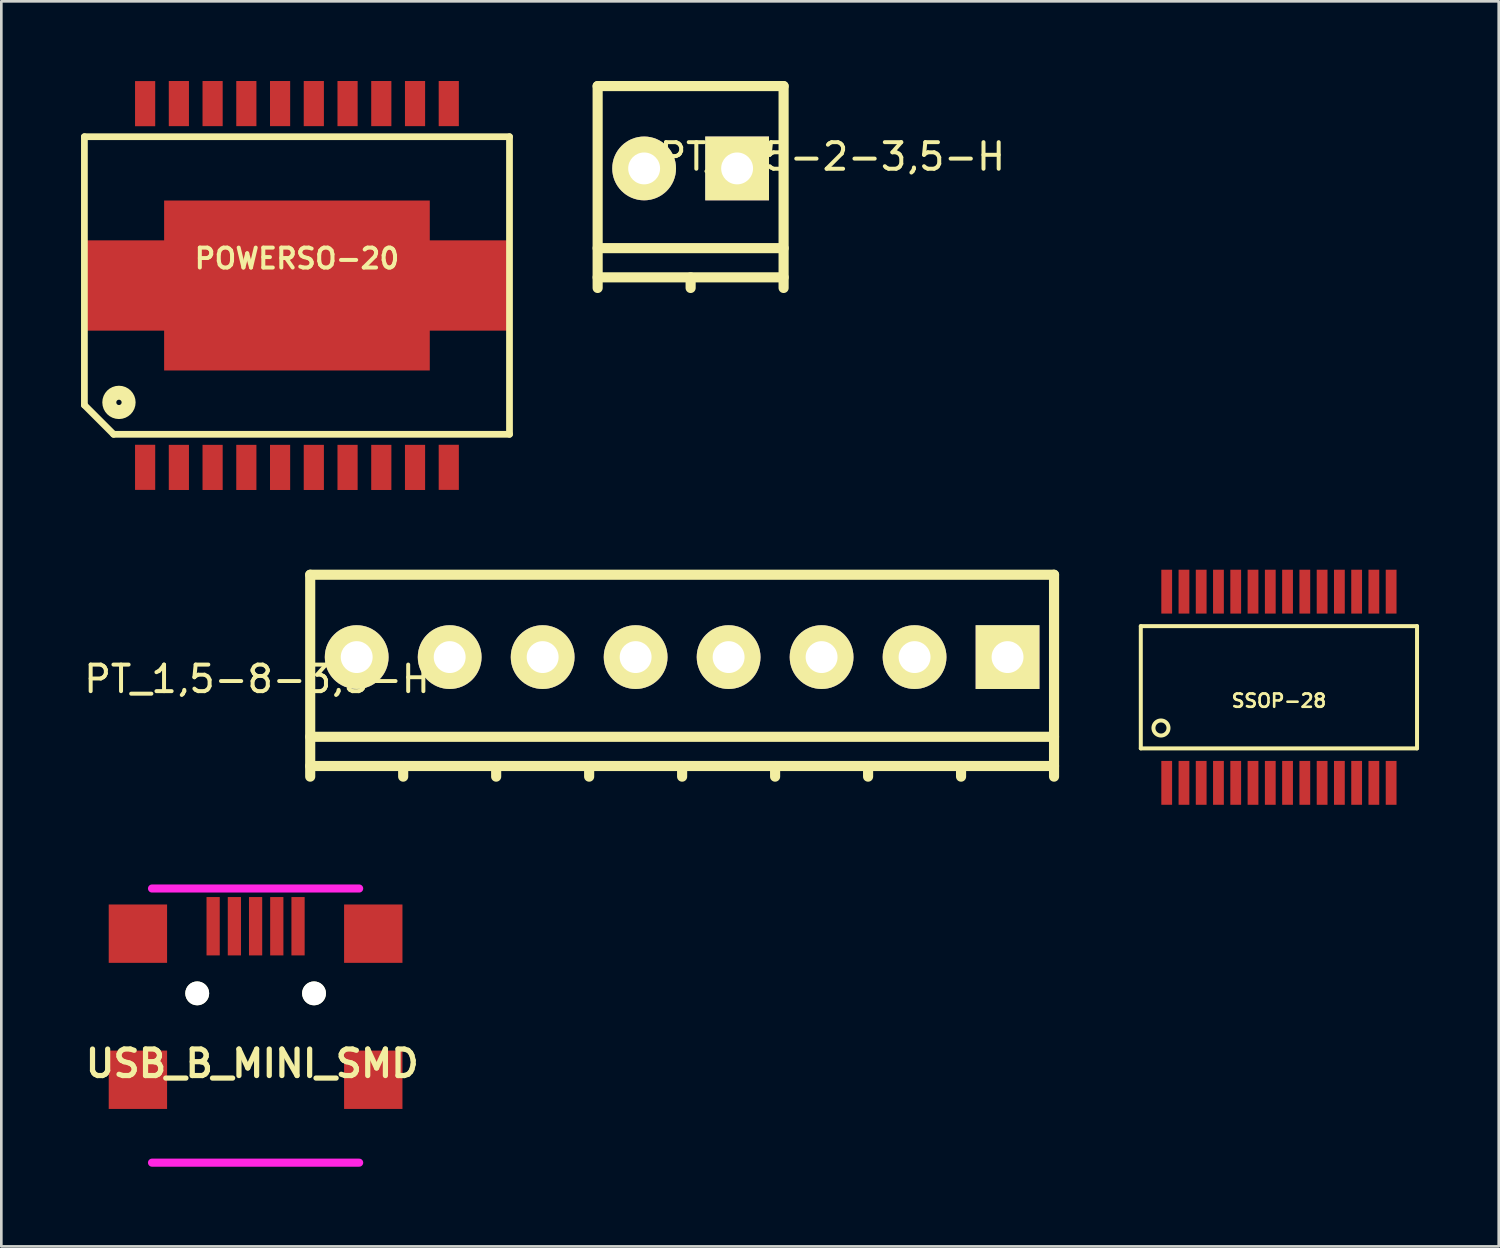
<source format=kicad_pcb>
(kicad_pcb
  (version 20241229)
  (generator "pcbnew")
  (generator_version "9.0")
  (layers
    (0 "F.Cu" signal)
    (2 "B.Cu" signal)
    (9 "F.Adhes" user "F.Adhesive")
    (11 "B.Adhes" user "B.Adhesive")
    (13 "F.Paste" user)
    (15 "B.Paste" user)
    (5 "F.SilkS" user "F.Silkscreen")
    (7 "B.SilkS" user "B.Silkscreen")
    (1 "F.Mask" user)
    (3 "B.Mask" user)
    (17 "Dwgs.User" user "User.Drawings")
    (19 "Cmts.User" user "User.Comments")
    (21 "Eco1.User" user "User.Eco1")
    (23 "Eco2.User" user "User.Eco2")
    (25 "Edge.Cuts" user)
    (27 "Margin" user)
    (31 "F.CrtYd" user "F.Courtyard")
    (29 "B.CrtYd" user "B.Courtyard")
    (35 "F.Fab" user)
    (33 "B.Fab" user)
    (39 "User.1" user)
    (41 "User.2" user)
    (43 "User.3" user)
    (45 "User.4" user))
  (footprint "PT_1,5-2-3,5-H"
    (layer "F.Cu")
    (at 22.947 3.99)
    (property "Reference" "PT_1,5-2-3,5-H" (at 5.334 -1.143 0) (layer "F.SilkS") (effects (font (size 1 1) (thickness 0.15))))
    (attr through_hole)
    (fp_line (start -3.5 -3.8) (end -3.5 3.8) (stroke (width 0.381) (type solid)) (layer "F.SilkS"))
    (fp_line (start -3.5 2.3) (end 3.5 2.3) (stroke (width 0.381) (type solid)) (layer "F.SilkS"))
    (fp_line (start -3.5 3.4) (end 3.5 3.4) (stroke (width 0.381) (type solid)) (layer "F.SilkS"))
    (fp_line (start 0 3.4) (end 0 3.8) (stroke (width 0.381) (type solid)) (layer "F.SilkS"))
    (fp_line (start 3.5 -3.8) (end -3.5 -3.8) (stroke (width 0.381) (type solid)) (layer "F.SilkS"))
    (fp_line (start 3.5 3.8) (end 3.5 -3.8) (stroke (width 0.381) (type solid)) (layer "F.SilkS"))
    (pad "1" thru_hole rect (at 1.75 -0.7) (size 2.4 2.4) (drill 1.2) (layers "*.Cu" "*.Mask" "F.SilkS"))
    (pad "2" thru_hole circle (at -1.75 -0.7) (size 2.4 2.4) (drill 1.2) (layers "*.Cu" "*.Mask" "F.SilkS")))
  (footprint "USB_B_MINI_SMD"
    (layer "F.Cu")
    (at 6.571 35.715)
    (property "Reference" "USB_B_MINI_SMD" (at -0.127 1.27 0) (layer "F.SilkS") (effects (font (size 0.998 0.998) (thickness 0.196))))
    (attr through_hole)
    (fp_line (start -3.899 5.001) (end 3.899 5.001) (stroke (width 0.305) (type solid)) (layer "F.CrtYd"))
    (fp_line (start 3.899 -5.319) (end -3.899 -5.319) (stroke (width 0.305) (type solid)) (layer "F.CrtYd"))
    (pad "" np_thru_hole circle (at -2.197 -1.372) (size 0.899 0.899) (drill 0.899) (layers "*.Cu" "*.Mask" "F.SilkS"))
    (pad "" np_thru_hole circle (at 2.2 -1.372) (size 0.899 0.899) (drill 0.899) (layers "*.Cu" "*.Mask" "F.SilkS"))
    (pad "1" smd rect (at -1.598 -3.899) (size 0.498 2.197) (layers "F.Cu" "F.Mask" "F.Paste"))
    (pad "2" smd rect (at -0.798 -3.899) (size 0.498 2.197) (layers "F.Cu" "F.Mask" "F.Paste"))
    (pad "3" smd rect (at 0 -3.899) (size 0.498 2.197) (layers "F.Cu" "F.Mask" "F.Paste"))
    (pad "4" smd rect (at 0.798 -3.899) (size 0.498 2.197) (layers "F.Cu" "F.Mask" "F.Paste"))
    (pad "5" smd rect (at 1.598 -3.899) (size 0.498 2.197) (layers "F.Cu" "F.Mask" "F.Paste"))
    (pad "6" smd rect (at -4.43 -3.619) (size 2.197 2.197) (layers "F.Cu" "F.Mask" "F.Paste"))
    (pad "7" smd rect (at -4.43 1.88) (size 2.197 2.197) (layers "F.Cu" "F.Mask" "F.Paste"))
    (pad "8" smd rect (at 4.43 1.88) (size 2.197 2.197) (layers "F.Cu" "F.Mask" "F.Paste"))
    (pad "9" smd rect (at 4.43 -3.619) (size 2.197 2.197) (layers "F.Cu" "F.Mask" "F.Paste")))
  (footprint "PT_1,5-8-3,5-H"
    (layer "F.Cu")
    (at 22.627 22.385)
    (property "Reference" "PT_1,5-8-3,5-H" (at -16.002 0.127 0) (layer "F.SilkS") (effects (font (size 1 1) (thickness 0.15))))
    (attr through_hole)
    (fp_line (start -14 -3.8) (end -14 3.8) (stroke (width 0.381) (type solid)) (layer "F.SilkS"))
    (fp_line (start -14 2.3) (end 14 2.3) (stroke (width 0.381) (type solid)) (layer "F.SilkS"))
    (fp_line (start -14 3.4) (end 14 3.4) (stroke (width 0.381) (type solid)) (layer "F.SilkS"))
    (fp_line (start -10.5 3.4) (end -10.5 3.8) (stroke (width 0.381) (type solid)) (layer "F.SilkS"))
    (fp_line (start -7 3.4) (end -7 3.8) (stroke (width 0.381) (type solid)) (layer "F.SilkS"))
    (fp_line (start -3.5 3.4) (end -3.5 3.8) (stroke (width 0.381) (type solid)) (layer "F.SilkS"))
    (fp_line (start 0 3.4) (end 0 3.8) (stroke (width 0.381) (type solid)) (layer "F.SilkS"))
    (fp_line (start 3.5 3.4) (end 3.5 3.8) (stroke (width 0.381) (type solid)) (layer "F.SilkS"))
    (fp_line (start 7 3.4) (end 7 3.8) (stroke (width 0.381) (type solid)) (layer "F.SilkS"))
    (fp_line (start 10.5 3.4) (end 10.5 3.8) (stroke (width 0.381) (type solid)) (layer "F.SilkS"))
    (fp_line (start 14 -3.8) (end -14 -3.8) (stroke (width 0.381) (type solid)) (layer "F.SilkS"))
    (fp_line (start 14 3.8) (end 14 -3.8) (stroke (width 0.381) (type solid)) (layer "F.SilkS"))
    (pad "1" thru_hole rect (at 12.25 -0.7) (size 2.4 2.4) (drill 1.2) (layers "*.Cu" "*.Mask" "F.SilkS"))
    (pad "2" thru_hole circle (at 8.75 -0.7) (size 2.4 2.4) (drill 1.2) (layers "*.Cu" "*.Mask" "F.SilkS"))
    (pad "3" thru_hole circle (at 5.25 -0.7) (size 2.4 2.4) (drill 1.2) (layers "*.Cu" "*.Mask" "F.SilkS"))
    (pad "4" thru_hole circle (at 1.75 -0.7) (size 2.4 2.4) (drill 1.2) (layers "*.Cu" "*.Mask" "F.SilkS"))
    (pad "5" thru_hole circle (at -1.75 -0.7) (size 2.4 2.4) (drill 1.2) (layers "*.Cu" "*.Mask" "F.SilkS"))
    (pad "6" thru_hole circle (at -5.25 -0.7) (size 2.4 2.4) (drill 1.2) (layers "*.Cu" "*.Mask" "F.SilkS"))
    (pad "7" thru_hole circle (at -8.75 -0.7) (size 2.4 2.4) (drill 1.2) (layers "*.Cu" "*.Mask" "F.SilkS"))
    (pad "8" thru_hole circle (at -12.25 -0.7) (size 2.4 2.4) (drill 1.2) (layers "*.Cu" "*.Mask" "F.SilkS")))
  (footprint "POWERSO-20"
    (layer "F.Cu")
    (at 8.128 7.697)
    (property "Reference" "POWERSO-20" (at 0 -1.016 0) (layer "F.SilkS") (effects (font (size 0.749 0.749) (thickness 0.15))))
    (attr through_hole)
    (fp_line (start -8.001 -5.601) (end 8.001 -5.601) (stroke (width 0.254) (type solid)) (layer "F.SilkS"))
    (fp_line (start -8.001 4.501) (end -8.001 -5.601) (stroke (width 0.254) (type solid)) (layer "F.SilkS"))
    (fp_line (start -6.901 5.601) (end -8.001 4.501) (stroke (width 0.254) (type solid)) (layer "F.SilkS"))
    (fp_line (start -6.901 5.601) (end 8.001 5.601) (stroke (width 0.254) (type solid)) (layer "F.SilkS"))
    (fp_line (start 8.001 -5.601) (end 8.001 5.601) (stroke (width 0.254) (type solid)) (layer "F.SilkS"))
    (fp_circle (center -6.7 4.4) (end -7.2 4.4) (stroke (width 0.254) (type solid)) (fill no) (layer "F.SilkS"))
    (fp_circle (center -6.7 4.4) (end -7 4.4) (stroke (width 0.254) (type solid)) (fill no) (layer "F.SilkS"))
    (fp_circle (center -6.7 4.4) (end -6.8 4.4) (stroke (width 0.254) (type solid)) (fill no) (layer "F.SilkS"))
    (pad "1" smd rect (at -5.715 6.845) (size 0.759 1.699) (layers "F.Cu" "F.Mask" "F.Paste"))
    (pad "2" smd rect (at -4.445 6.848) (size 0.759 1.699) (layers "F.Cu" "F.Mask" "F.Paste"))
    (pad "3" smd rect (at -3.175 6.848) (size 0.759 1.699) (layers "F.Cu" "F.Mask" "F.Paste"))
    (pad "4" smd rect (at -1.905 6.848) (size 0.759 1.699) (layers "F.Cu" "F.Mask" "F.Paste"))
    (pad "5" smd rect (at -0.635 6.848) (size 0.759 1.699) (layers "F.Cu" "F.Mask" "F.Paste"))
    (pad "6" smd rect (at 0.635 6.848) (size 0.759 1.699) (layers "F.Cu" "F.Mask" "F.Paste"))
    (pad "7" smd rect (at 1.905 6.848) (size 0.759 1.699) (layers "F.Cu" "F.Mask" "F.Paste"))
    (pad "8" smd rect (at 3.175 6.848) (size 0.759 1.699) (layers "F.Cu" "F.Mask" "F.Paste"))
    (pad "9" smd rect (at 4.445 6.848) (size 0.759 1.699) (layers "F.Cu" "F.Mask" "F.Paste"))
    (pad "10" smd rect (at 5.715 6.845) (size 0.759 1.699) (layers "F.Cu" "F.Mask" "F.Paste"))
    (pad "11" smd rect (at 5.715 -6.848) (size 0.759 1.699) (layers "F.Cu" "F.Mask" "F.Paste"))
    (pad "12" smd rect (at 4.445 -6.848) (size 0.759 1.699) (layers "F.Cu" "F.Mask" "F.Paste"))
    (pad "13" smd rect (at 3.175 -6.848) (size 0.759 1.699) (layers "F.Cu" "F.Mask" "F.Paste"))
    (pad "14" smd rect (at 1.905 -6.848) (size 0.759 1.699) (layers "F.Cu" "F.Mask" "F.Paste"))
    (pad "15" smd rect (at 0.635 -6.848) (size 0.759 1.699) (layers "F.Cu" "F.Mask" "F.Paste"))
    (pad "16" smd rect (at -0.635 -6.848) (size 0.759 1.699) (layers "F.Cu" "F.Mask" "F.Paste"))
    (pad "17" smd rect (at -1.905 -6.848) (size 0.759 1.699) (layers "F.Cu" "F.Mask" "F.Paste"))
    (pad "18" smd rect (at -3.175 -6.848) (size 0.759 1.699) (layers "F.Cu" "F.Mask" "F.Paste"))
    (pad "19" smd rect (at -4.445 -6.848) (size 0.759 1.699) (layers "F.Cu" "F.Mask" "F.Paste"))
    (pad "20" smd rect (at -5.715 -6.845) (size 0.759 1.699) (layers "F.Cu" "F.Mask" "F.Paste"))
    (pad "21" smd rect (at 0 0) (size 10 6.398) (layers "F.Cu" "F.Mask" "F.Paste"))
    (pad "21" smd rect (at 0 0) (size 16.099 3.399) (layers "F.Cu" "F.Mask" "F.Paste")))
  (footprint "SSOP-28"
    (layer "F.Cu")
    (at 45.092 22.82)
    (property "Reference" "SSOP-28" (at 0 0.508 0) (layer "F.SilkS") (effects (font (size 0.5 0.5) (thickness 0.099))))
    (attr through_hole)
    (fp_line (start -5.199 -2.301) (end 5.199 -2.301) (stroke (width 0.15) (type solid)) (layer "F.SilkS"))
    (fp_line (start -5.199 2.301) (end -5.199 -2.301) (stroke (width 0.15) (type solid)) (layer "F.SilkS"))
    (fp_line (start 5.199 -2.301) (end 5.199 2.301) (stroke (width 0.15) (type solid)) (layer "F.SilkS"))
    (fp_line (start 5.199 2.301) (end -5.199 2.301) (stroke (width 0.15) (type solid)) (layer "F.SilkS"))
    (fp_circle (center -4.44 1.534) (end -4.567 1.788) (stroke (width 0.15) (type solid)) (fill no) (layer "F.SilkS"))
    (pad "1" smd rect (at -4.224 3.599) (size 0.406 1.651) (layers "F.Cu" "F.Mask" "F.Paste"))
    (pad "2" smd rect (at -3.574 3.599) (size 0.406 1.651) (layers "F.Cu" "F.Mask" "F.Paste"))
    (pad "3" smd rect (at -2.926 3.599) (size 0.406 1.651) (layers "F.Cu" "F.Mask" "F.Paste"))
    (pad "4" smd rect (at -2.276 3.599) (size 0.406 1.651) (layers "F.Cu" "F.Mask" "F.Paste"))
    (pad "5" smd rect (at -1.626 3.599) (size 0.406 1.651) (layers "F.Cu" "F.Mask" "F.Paste"))
    (pad "6" smd rect (at -0.975 3.599) (size 0.406 1.651) (layers "F.Cu" "F.Mask" "F.Paste"))
    (pad "7" smd rect (at -0.325 3.599) (size 0.406 1.651) (layers "F.Cu" "F.Mask" "F.Paste"))
    (pad "8" smd rect (at 0.325 3.599) (size 0.406 1.651) (layers "F.Cu" "F.Mask" "F.Paste"))
    (pad "9" smd rect (at 0.975 3.599) (size 0.406 1.651) (layers "F.Cu" "F.Mask" "F.Paste"))
    (pad "10" smd rect (at 1.626 3.599) (size 0.406 1.651) (layers "F.Cu" "F.Mask" "F.Paste"))
    (pad "11" smd rect (at 2.276 3.599) (size 0.406 1.651) (layers "F.Cu" "F.Mask" "F.Paste"))
    (pad "12" smd rect (at 2.926 3.599) (size 0.406 1.651) (layers "F.Cu" "F.Mask" "F.Paste"))
    (pad "13" smd rect (at 3.574 3.599) (size 0.406 1.651) (layers "F.Cu" "F.Mask" "F.Paste"))
    (pad "14" smd rect (at 4.224 3.599) (size 0.406 1.651) (layers "F.Cu" "F.Mask" "F.Paste"))
    (pad "15" smd rect (at 4.224 -3.599) (size 0.406 1.651) (layers "F.Cu" "F.Mask" "F.Paste"))
    (pad "16" smd rect (at 3.574 -3.599) (size 0.406 1.651) (layers "F.Cu" "F.Mask" "F.Paste"))
    (pad "17" smd rect (at 2.926 -3.599) (size 0.406 1.651) (layers "F.Cu" "F.Mask" "F.Paste"))
    (pad "18" smd rect (at 2.276 -3.599) (size 0.406 1.651) (layers "F.Cu" "F.Mask" "F.Paste"))
    (pad "19" smd rect (at 1.626 -3.599) (size 0.406 1.651) (layers "F.Cu" "F.Mask" "F.Paste"))
    (pad "20" smd rect (at 0.975 -3.599) (size 0.406 1.651) (layers "F.Cu" "F.Mask" "F.Paste"))
    (pad "21" smd rect (at 0.325 -3.599) (size 0.406 1.651) (layers "F.Cu" "F.Mask" "F.Paste"))
    (pad "22" smd rect (at -0.325 -3.599) (size 0.406 1.651) (layers "F.Cu" "F.Mask" "F.Paste"))
    (pad "23" smd rect (at -0.975 -3.599) (size 0.406 1.651) (layers "F.Cu" "F.Mask" "F.Paste"))
    (pad "24" smd rect (at -1.626 -3.599) (size 0.406 1.651) (layers "F.Cu" "F.Mask" "F.Paste"))
    (pad "25" smd rect (at -2.276 -3.599) (size 0.406 1.651) (layers "F.Cu" "F.Mask" "F.Paste"))
    (pad "26" smd rect (at -2.926 -3.599) (size 0.406 1.651) (layers "F.Cu" "F.Mask" "F.Paste"))
    (pad "27" smd rect (at -3.574 -3.599) (size 0.406 1.651) (layers "F.Cu" "F.Mask" "F.Paste"))
    (pad "28" smd rect (at -4.224 -3.599) (size 0.406 1.651) (layers "F.Cu" "F.Mask" "F.Paste")))
  (gr_rect
    (start -3 -3)
    (end 53.366 43.869)
    (stroke (width 0.1) (type default))
    (fill no)
    (layer "Edge.Cuts")))
</source>
